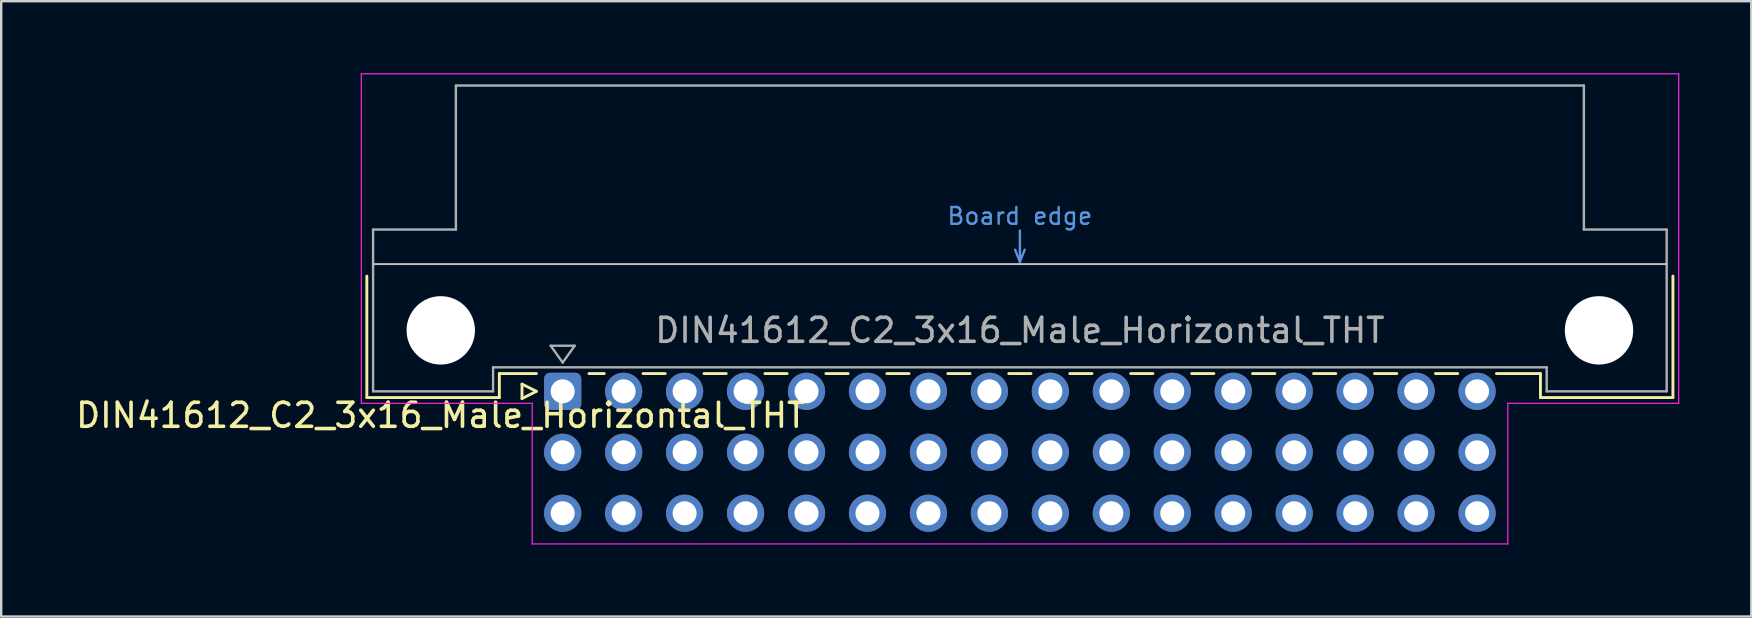
<source format=kicad_pcb>
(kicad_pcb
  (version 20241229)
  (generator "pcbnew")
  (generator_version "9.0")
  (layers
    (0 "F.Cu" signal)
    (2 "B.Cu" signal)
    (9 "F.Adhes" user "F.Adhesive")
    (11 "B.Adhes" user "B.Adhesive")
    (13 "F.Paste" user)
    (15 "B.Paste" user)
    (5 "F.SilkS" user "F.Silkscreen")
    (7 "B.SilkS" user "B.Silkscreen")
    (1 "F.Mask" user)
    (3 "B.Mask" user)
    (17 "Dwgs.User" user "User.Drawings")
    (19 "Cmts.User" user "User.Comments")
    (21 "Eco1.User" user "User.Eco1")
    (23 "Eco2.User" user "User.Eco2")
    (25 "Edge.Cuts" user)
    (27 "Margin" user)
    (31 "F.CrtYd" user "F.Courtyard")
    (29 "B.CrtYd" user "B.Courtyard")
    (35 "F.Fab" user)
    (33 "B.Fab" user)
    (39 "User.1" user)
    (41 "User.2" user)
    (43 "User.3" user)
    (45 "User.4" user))
  (footprint "DIN41612_C2_3x16_Male_Horizontal_THT"
    (layer "F.Cu")
    (at 20.395 13.255)
    (property "Reference" "DIN41612_C2_3x16_Male_Horizontal_THT" (at -5.08 1 0) (layer "F.SilkS") (effects (font (size 1 1) (thickness 0.15))))
    (attr through_hole)
    (fp_line (start -8.16 -4.8) (end -8.16 0.26) (stroke (width 0.12) (type solid)) (layer "F.SilkS"))
    (fp_line (start -8.16 0.26) (end -2.64 0.26) (stroke (width 0.12) (type solid)) (layer "F.SilkS"))
    (fp_line (start -2.64 -0.74) (end -1.095 -0.74) (stroke (width 0.12) (type solid)) (layer "F.SilkS"))
    (fp_line (start -2.64 0.26) (end -2.64 -0.74) (stroke (width 0.12) (type solid)) (layer "F.SilkS"))
    (fp_line (start -1.695 -0.3) (end -1.695 0.3) (stroke (width 0.12) (type solid)) (layer "F.SilkS"))
    (fp_line (start -1.695 0.3) (end -1.095 0) (stroke (width 0.12) (type solid)) (layer "F.SilkS"))
    (fp_line (start -1.095 0) (end -1.695 -0.3) (stroke (width 0.12) (type solid)) (layer "F.SilkS"))
    (fp_line (start 1.095 -0.74) (end 1.733 -0.74) (stroke (width 0.12) (type solid)) (layer "F.SilkS"))
    (fp_line (start 3.347 -0.74) (end 4.273 -0.74) (stroke (width 0.12) (type solid)) (layer "F.SilkS"))
    (fp_line (start 5.887 -0.74) (end 6.813 -0.74) (stroke (width 0.12) (type solid)) (layer "F.SilkS"))
    (fp_line (start 8.427 -0.74) (end 9.353 -0.74) (stroke (width 0.12) (type solid)) (layer "F.SilkS"))
    (fp_line (start 10.967 -0.74) (end 11.893 -0.74) (stroke (width 0.12) (type solid)) (layer "F.SilkS"))
    (fp_line (start 13.507 -0.74) (end 14.433 -0.74) (stroke (width 0.12) (type solid)) (layer "F.SilkS"))
    (fp_line (start 16.047 -0.74) (end 16.973 -0.74) (stroke (width 0.12) (type solid)) (layer "F.SilkS"))
    (fp_line (start 18.587 -0.74) (end 19.513 -0.74) (stroke (width 0.12) (type solid)) (layer "F.SilkS"))
    (fp_line (start 21.127 -0.74) (end 22.053 -0.74) (stroke (width 0.12) (type solid)) (layer "F.SilkS"))
    (fp_line (start 23.667 -0.74) (end 24.593 -0.74) (stroke (width 0.12) (type solid)) (layer "F.SilkS"))
    (fp_line (start 26.207 -0.74) (end 27.133 -0.74) (stroke (width 0.12) (type solid)) (layer "F.SilkS"))
    (fp_line (start 28.747 -0.74) (end 29.673 -0.74) (stroke (width 0.12) (type solid)) (layer "F.SilkS"))
    (fp_line (start 31.287 -0.74) (end 32.213 -0.74) (stroke (width 0.12) (type solid)) (layer "F.SilkS"))
    (fp_line (start 33.827 -0.74) (end 34.753 -0.74) (stroke (width 0.12) (type solid)) (layer "F.SilkS"))
    (fp_line (start 36.367 -0.74) (end 37.293 -0.74) (stroke (width 0.12) (type solid)) (layer "F.SilkS"))
    (fp_line (start 38.907 -0.74) (end 40.74 -0.74) (stroke (width 0.12) (type solid)) (layer "F.SilkS"))
    (fp_line (start 40.74 0.26) (end 40.74 -0.74) (stroke (width 0.12) (type solid)) (layer "F.SilkS"))
    (fp_line (start 46.26 -4.8) (end 46.26 0.26) (stroke (width 0.12) (type solid)) (layer "F.SilkS"))
    (fp_line (start 46.26 0.26) (end 40.74 0.26) (stroke (width 0.12) (type solid)) (layer "F.SilkS"))
    (fp_line (start -7.9 -5.3) (end 46 -5.3) (stroke (width 0.08) (type solid)) (layer "Dwgs.User"))
    (fp_line (start 18.85 -5.9) (end 19.05 -5.4) (stroke (width 0.1) (type solid)) (layer "Cmts.User"))
    (fp_line (start 19.05 -5.4) (end 19.05 -6.7) (stroke (width 0.1) (type solid)) (layer "Cmts.User"))
    (fp_line (start 19.05 -5.4) (end 19.25 -5.9) (stroke (width 0.1) (type solid)) (layer "Cmts.User"))
    (fp_line (start -8.39 -13.23) (end -8.39 0.5) (stroke (width 0.05) (type solid)) (layer "F.CrtYd"))
    (fp_line (start -8.39 0.5) (end -1.27 0.5) (stroke (width 0.05) (type solid)) (layer "F.CrtYd"))
    (fp_line (start -1.27 0.5) (end -1.27 6.36) (stroke (width 0.05) (type solid)) (layer "F.CrtYd"))
    (fp_line (start -1.27 6.36) (end 39.38 6.36) (stroke (width 0.05) (type solid)) (layer "F.CrtYd"))
    (fp_line (start 39.38 0.5) (end 46.5 0.5) (stroke (width 0.05) (type solid)) (layer "F.CrtYd"))
    (fp_line (start 39.38 6.36) (end 39.38 0.5) (stroke (width 0.05) (type solid)) (layer "F.CrtYd"))
    (fp_line (start 46.5 -13.23) (end -8.39 -13.23) (stroke (width 0.05) (type solid)) (layer "F.CrtYd"))
    (fp_line (start 46.5 0.5) (end 46.5 -13.23) (stroke (width 0.05) (type solid)) (layer "F.CrtYd"))
    (fp_line (start -7.9 -6.74) (end -7.9 0) (stroke (width 0.1) (type solid)) (layer "F.Fab"))
    (fp_line (start -7.9 0) (end -2.9 0) (stroke (width 0.1) (type solid)) (layer "F.Fab"))
    (fp_line (start -4.45 -12.74) (end -4.45 -6.74) (stroke (width 0.1) (type solid)) (layer "F.Fab"))
    (fp_line (start -4.45 -6.74) (end -7.9 -6.74) (stroke (width 0.1) (type solid)) (layer "F.Fab"))
    (fp_line (start -2.9 -1) (end 41 -1) (stroke (width 0.1) (type solid)) (layer "F.Fab"))
    (fp_line (start -2.9 0) (end -2.9 -1) (stroke (width 0.1) (type solid)) (layer "F.Fab"))
    (fp_line (start -0.5 -1.9) (end 0.5 -1.9) (stroke (width 0.1) (type solid)) (layer "F.Fab"))
    (fp_line (start 0 -1.2) (end -0.5 -1.9) (stroke (width 0.1) (type solid)) (layer "F.Fab"))
    (fp_line (start 0.5 -1.9) (end 0 -1.2) (stroke (width 0.1) (type solid)) (layer "F.Fab"))
    (fp_line (start 41 -1) (end 41 0) (stroke (width 0.1) (type solid)) (layer "F.Fab"))
    (fp_line (start 41 0) (end 46 0) (stroke (width 0.1) (type solid)) (layer "F.Fab"))
    (fp_line (start 42.55 -12.74) (end -4.45 -12.74) (stroke (width 0.1) (type solid)) (layer "F.Fab"))
    (fp_line (start 42.55 -6.74) (end 42.55 -12.74) (stroke (width 0.1) (type solid)) (layer "F.Fab"))
    (fp_line (start 46 -6.74) (end 42.55 -6.74) (stroke (width 0.1) (type solid)) (layer "F.Fab"))
    (fp_line (start 46 0) (end 46 -6.74) (stroke (width 0.1) (type solid)) (layer "F.Fab"))
    (fp_text user "Board edge" (at 19.05 -7.3 0) (layer "Cmts.User") (effects (font (size 0.7 0.7) (thickness 0.1))))
    (fp_text user "${REFERENCE}" (at 19.05 -2.54 0) (layer "F.Fab") (effects (font (size 1 1) (thickness 0.15))))
    (pad "" np_thru_hole circle (at -5.08 -2.54) (size 2.85 2.85) (drill 2.85) (layers "*.Cu" "*.Mask"))
    (pad "" np_thru_hole circle (at 43.18 -2.54) (size 2.85 2.85) (drill 2.85) (layers "*.Cu" "*.Mask"))
    (pad "a1" thru_hole roundrect (at 0 0) (size 1.55 1.55) (drill 1) (layers "*.Cu" "*.Mask") (roundrect_rratio 0.161))
    (pad "a2" thru_hole circle (at 2.54 0) (size 1.55 1.55) (drill 1) (layers "*.Cu" "*.Mask"))
    (pad "a3" thru_hole circle (at 5.08 0) (size 1.55 1.55) (drill 1) (layers "*.Cu" "*.Mask"))
    (pad "a4" thru_hole circle (at 7.62 0) (size 1.55 1.55) (drill 1) (layers "*.Cu" "*.Mask"))
    (pad "a5" thru_hole circle (at 10.16 0) (size 1.55 1.55) (drill 1) (layers "*.Cu" "*.Mask"))
    (pad "a6" thru_hole circle (at 12.7 0) (size 1.55 1.55) (drill 1) (layers "*.Cu" "*.Mask"))
    (pad "a7" thru_hole circle (at 15.24 0) (size 1.55 1.55) (drill 1) (layers "*.Cu" "*.Mask"))
    (pad "a8" thru_hole circle (at 17.78 0) (size 1.55 1.55) (drill 1) (layers "*.Cu" "*.Mask"))
    (pad "a9" thru_hole circle (at 20.32 0) (size 1.55 1.55) (drill 1) (layers "*.Cu" "*.Mask"))
    (pad "a10" thru_hole circle (at 22.86 0) (size 1.55 1.55) (drill 1) (layers "*.Cu" "*.Mask"))
    (pad "a11" thru_hole circle (at 25.4 0) (size 1.55 1.55) (drill 1) (layers "*.Cu" "*.Mask"))
    (pad "a12" thru_hole circle (at 27.94 0) (size 1.55 1.55) (drill 1) (layers "*.Cu" "*.Mask"))
    (pad "a13" thru_hole circle (at 30.48 0) (size 1.55 1.55) (drill 1) (layers "*.Cu" "*.Mask"))
    (pad "a14" thru_hole circle (at 33.02 0) (size 1.55 1.55) (drill 1) (layers "*.Cu" "*.Mask"))
    (pad "a15" thru_hole circle (at 35.56 0) (size 1.55 1.55) (drill 1) (layers "*.Cu" "*.Mask"))
    (pad "a16" thru_hole circle (at 38.1 0) (size 1.55 1.55) (drill 1) (layers "*.Cu" "*.Mask"))
    (pad "b1" thru_hole circle (at 0 2.54) (size 1.55 1.55) (drill 1) (layers "*.Cu" "*.Mask"))
    (pad "b2" thru_hole circle (at 2.54 2.54) (size 1.55 1.55) (drill 1) (layers "*.Cu" "*.Mask"))
    (pad "b3" thru_hole circle (at 5.08 2.54) (size 1.55 1.55) (drill 1) (layers "*.Cu" "*.Mask"))
    (pad "b4" thru_hole circle (at 7.62 2.54) (size 1.55 1.55) (drill 1) (layers "*.Cu" "*.Mask"))
    (pad "b5" thru_hole circle (at 10.16 2.54) (size 1.55 1.55) (drill 1) (layers "*.Cu" "*.Mask"))
    (pad "b6" thru_hole circle (at 12.7 2.54) (size 1.55 1.55) (drill 1) (layers "*.Cu" "*.Mask"))
    (pad "b7" thru_hole circle (at 15.24 2.54) (size 1.55 1.55) (drill 1) (layers "*.Cu" "*.Mask"))
    (pad "b8" thru_hole circle (at 17.78 2.54) (size 1.55 1.55) (drill 1) (layers "*.Cu" "*.Mask"))
    (pad "b9" thru_hole circle (at 20.32 2.54) (size 1.55 1.55) (drill 1) (layers "*.Cu" "*.Mask"))
    (pad "b10" thru_hole circle (at 22.86 2.54) (size 1.55 1.55) (drill 1) (layers "*.Cu" "*.Mask"))
    (pad "b11" thru_hole circle (at 25.4 2.54) (size 1.55 1.55) (drill 1) (layers "*.Cu" "*.Mask"))
    (pad "b12" thru_hole circle (at 27.94 2.54) (size 1.55 1.55) (drill 1) (layers "*.Cu" "*.Mask"))
    (pad "b13" thru_hole circle (at 30.48 2.54) (size 1.55 1.55) (drill 1) (layers "*.Cu" "*.Mask"))
    (pad "b14" thru_hole circle (at 33.02 2.54) (size 1.55 1.55) (drill 1) (layers "*.Cu" "*.Mask"))
    (pad "b15" thru_hole circle (at 35.56 2.54) (size 1.55 1.55) (drill 1) (layers "*.Cu" "*.Mask"))
    (pad "b16" thru_hole circle (at 38.1 2.54) (size 1.55 1.55) (drill 1) (layers "*.Cu" "*.Mask"))
    (pad "c1" thru_hole circle (at 0 5.08) (size 1.55 1.55) (drill 1) (layers "*.Cu" "*.Mask"))
    (pad "c2" thru_hole circle (at 2.54 5.08) (size 1.55 1.55) (drill 1) (layers "*.Cu" "*.Mask"))
    (pad "c3" thru_hole circle (at 5.08 5.08) (size 1.55 1.55) (drill 1) (layers "*.Cu" "*.Mask"))
    (pad "c4" thru_hole circle (at 7.62 5.08) (size 1.55 1.55) (drill 1) (layers "*.Cu" "*.Mask"))
    (pad "c5" thru_hole circle (at 10.16 5.08) (size 1.55 1.55) (drill 1) (layers "*.Cu" "*.Mask"))
    (pad "c6" thru_hole circle (at 12.7 5.08) (size 1.55 1.55) (drill 1) (layers "*.Cu" "*.Mask"))
    (pad "c7" thru_hole circle (at 15.24 5.08) (size 1.55 1.55) (drill 1) (layers "*.Cu" "*.Mask"))
    (pad "c8" thru_hole circle (at 17.78 5.08) (size 1.55 1.55) (drill 1) (layers "*.Cu" "*.Mask"))
    (pad "c9" thru_hole circle (at 20.32 5.08) (size 1.55 1.55) (drill 1) (layers "*.Cu" "*.Mask"))
    (pad "c10" thru_hole circle (at 22.86 5.08) (size 1.55 1.55) (drill 1) (layers "*.Cu" "*.Mask"))
    (pad "c11" thru_hole circle (at 25.4 5.08) (size 1.55 1.55) (drill 1) (layers "*.Cu" "*.Mask"))
    (pad "c12" thru_hole circle (at 27.94 5.08) (size 1.55 1.55) (drill 1) (layers "*.Cu" "*.Mask"))
    (pad "c13" thru_hole circle (at 30.48 5.08) (size 1.55 1.55) (drill 1) (layers "*.Cu" "*.Mask"))
    (pad "c14" thru_hole circle (at 33.02 5.08) (size 1.55 1.55) (drill 1) (layers "*.Cu" "*.Mask"))
    (pad "c15" thru_hole circle (at 35.56 5.08) (size 1.55 1.55) (drill 1) (layers "*.Cu" "*.Mask"))
    (pad "c16" thru_hole circle (at 38.1 5.08) (size 1.55 1.55) (drill 1) (layers "*.Cu" "*.Mask")))
  (gr_rect
    (start -3 -3)
    (end 69.92 22.64)
    (stroke (width 0.1) (type default))
    (fill no)
    (layer "Edge.Cuts")))
</source>
